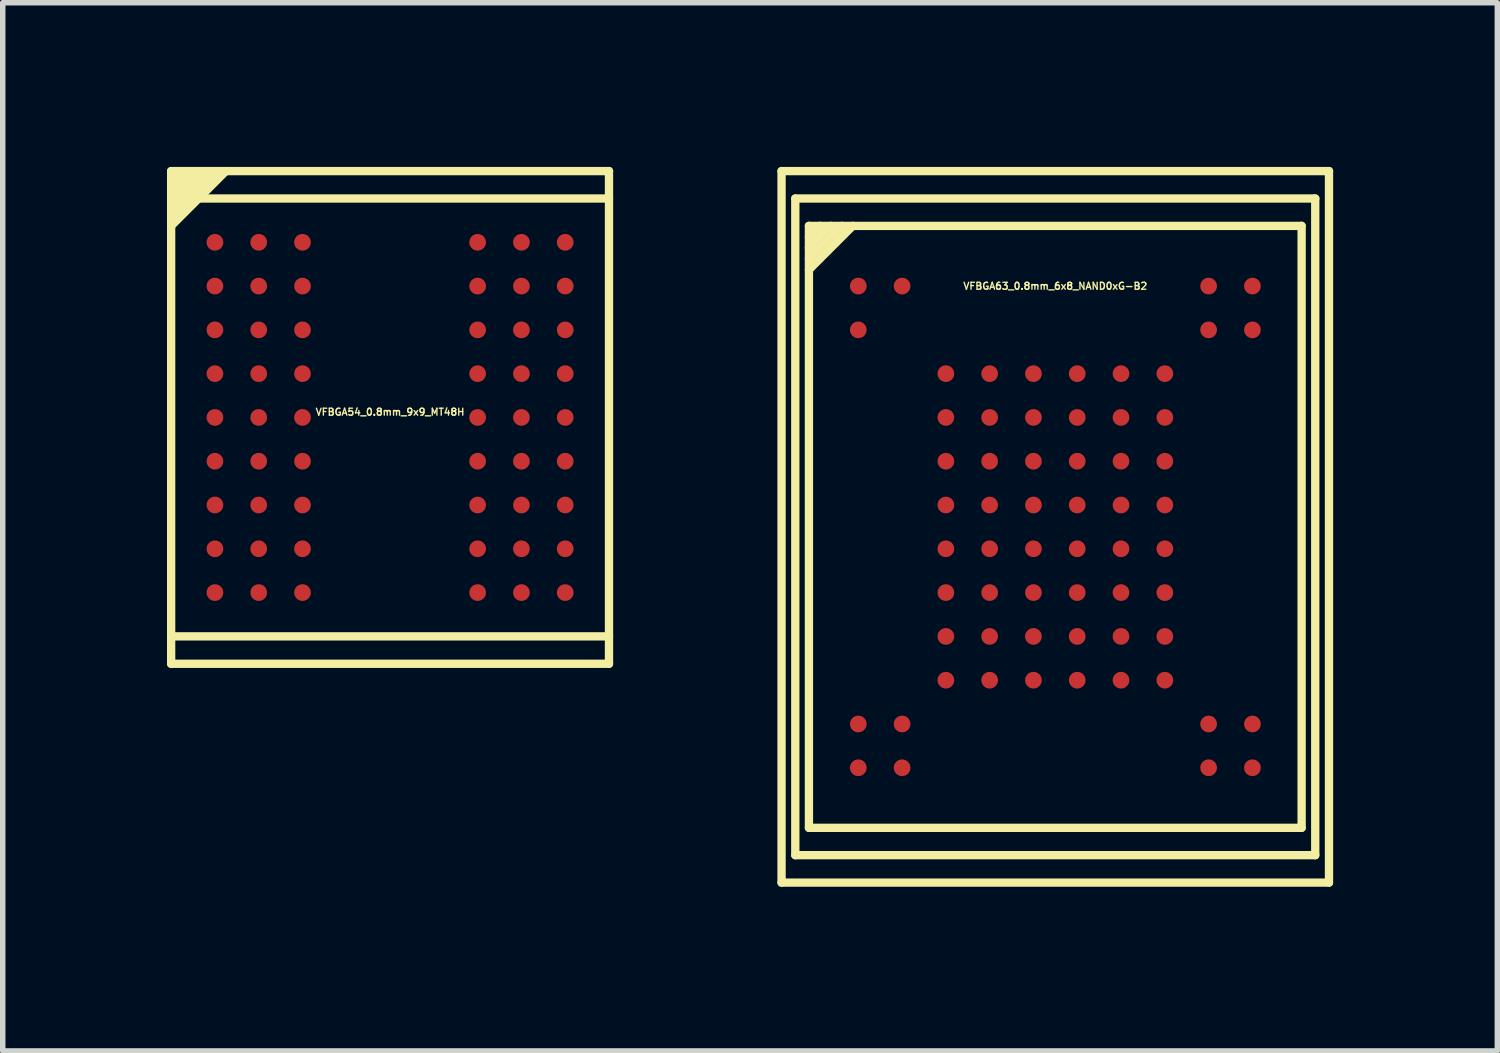
<source format=kicad_pcb>
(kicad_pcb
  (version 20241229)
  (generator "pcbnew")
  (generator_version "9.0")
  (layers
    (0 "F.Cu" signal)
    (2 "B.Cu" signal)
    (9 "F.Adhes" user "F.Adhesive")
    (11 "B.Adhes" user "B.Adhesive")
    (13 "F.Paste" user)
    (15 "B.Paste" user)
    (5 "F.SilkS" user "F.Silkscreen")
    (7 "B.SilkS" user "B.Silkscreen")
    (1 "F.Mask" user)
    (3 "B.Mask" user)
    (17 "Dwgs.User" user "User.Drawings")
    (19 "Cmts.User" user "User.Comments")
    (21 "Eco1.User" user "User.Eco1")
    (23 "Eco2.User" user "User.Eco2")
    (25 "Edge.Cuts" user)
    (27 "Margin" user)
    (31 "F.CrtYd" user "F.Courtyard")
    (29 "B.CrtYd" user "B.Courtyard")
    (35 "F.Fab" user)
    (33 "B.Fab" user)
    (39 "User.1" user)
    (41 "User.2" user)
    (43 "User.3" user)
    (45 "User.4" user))
  (footprint "VFBGA54_0.8mm_9x9_MT48H"
    (layer "F.Cu")
    (at 4.077 4.577)
    (property "Reference" "VFBGA54_0.8mm_9x9_MT48H" (at 0 -0.099 0) (layer "F.SilkS") (effects (font (size 0.127 0.127) (thickness 0.025))))
    (attr smd)
    (fp_line (start -4 -4.501) (end -4 4.501) (stroke (width 0.152) (type solid)) (layer "F.SilkS"))
    (fp_line (start -4 4) (end 4 4) (stroke (width 0.152) (type solid)) (layer "F.SilkS"))
    (fp_line (start -4 4.501) (end 4 4.501) (stroke (width 0.152) (type solid)) (layer "F.SilkS"))
    (fp_line (start -3.8 -4.501) (end -4 -4.3) (stroke (width 0.152) (type solid)) (layer "F.SilkS"))
    (fp_line (start -3.599 -4.501) (end -4 -4.1) (stroke (width 0.152) (type solid)) (layer "F.SilkS"))
    (fp_line (start -3.401 -4.501) (end -4 -3.899) (stroke (width 0.152) (type solid)) (layer "F.SilkS"))
    (fp_line (start -3.2 -4.501) (end -4 -3.701) (stroke (width 0.152) (type solid)) (layer "F.SilkS"))
    (fp_line (start -3 -4.501) (end -4 -3.5) (stroke (width 0.152) (type solid)) (layer "F.SilkS"))
    (fp_line (start 4 -4.501) (end -4 -4.501) (stroke (width 0.152) (type solid)) (layer "F.SilkS"))
    (fp_line (start 4 -4) (end -4 -4) (stroke (width 0.152) (type solid)) (layer "F.SilkS"))
    (fp_line (start 4 4.501) (end 4 -4.501) (stroke (width 0.152) (type solid)) (layer "F.SilkS"))
    (pad "A1" smd circle (at -3.2 -3.2) (size 0.305 0.305) (layers "F.Cu" "F.Mask" "F.Paste"))
    (pad "A2" smd circle (at -2.4 -3.2) (size 0.305 0.305) (layers "F.Cu" "F.Mask" "F.Paste"))
    (pad "A3" smd circle (at -1.6 -3.2) (size 0.305 0.305) (layers "F.Cu" "F.Mask" "F.Paste"))
    (pad "A7" smd circle (at 1.6 -3.2) (size 0.305 0.305) (layers "F.Cu" "F.Mask" "F.Paste"))
    (pad "A8" smd circle (at 2.4 -3.2) (size 0.305 0.305) (layers "F.Cu" "F.Mask" "F.Paste"))
    (pad "A9" smd circle (at 3.2 -3.2) (size 0.305 0.305) (layers "F.Cu" "F.Mask" "F.Paste"))
    (pad "B1" smd circle (at -3.2 -2.4) (size 0.305 0.305) (layers "F.Cu" "F.Mask" "F.Paste"))
    (pad "B2" smd circle (at -2.4 -2.4) (size 0.305 0.305) (layers "F.Cu" "F.Mask" "F.Paste"))
    (pad "B3" smd circle (at -1.6 -2.4) (size 0.305 0.305) (layers "F.Cu" "F.Mask" "F.Paste"))
    (pad "B7" smd circle (at 1.6 -2.4) (size 0.305 0.305) (layers "F.Cu" "F.Mask" "F.Paste"))
    (pad "B8" smd circle (at 2.4 -2.4) (size 0.305 0.305) (layers "F.Cu" "F.Mask" "F.Paste"))
    (pad "B9" smd circle (at 3.2 -2.4) (size 0.305 0.305) (layers "F.Cu" "F.Mask" "F.Paste"))
    (pad "C1" smd circle (at -3.2 -1.6) (size 0.305 0.305) (layers "F.Cu" "F.Mask" "F.Paste"))
    (pad "C2" smd circle (at -2.4 -1.6) (size 0.305 0.305) (layers "F.Cu" "F.Mask" "F.Paste"))
    (pad "C3" smd circle (at -1.6 -1.6) (size 0.305 0.305) (layers "F.Cu" "F.Mask" "F.Paste"))
    (pad "C7" smd circle (at 1.6 -1.6) (size 0.305 0.305) (layers "F.Cu" "F.Mask" "F.Paste"))
    (pad "C8" smd circle (at 2.4 -1.6) (size 0.305 0.305) (layers "F.Cu" "F.Mask" "F.Paste"))
    (pad "C9" smd circle (at 3.2 -1.6) (size 0.305 0.305) (layers "F.Cu" "F.Mask" "F.Paste"))
    (pad "D1" smd circle (at -3.2 -0.8) (size 0.305 0.305) (layers "F.Cu" "F.Mask" "F.Paste"))
    (pad "D2" smd circle (at -2.4 -0.8) (size 0.305 0.305) (layers "F.Cu" "F.Mask" "F.Paste"))
    (pad "D3" smd circle (at -1.6 -0.8) (size 0.305 0.305) (layers "F.Cu" "F.Mask" "F.Paste"))
    (pad "D7" smd circle (at 1.6 -0.8) (size 0.305 0.305) (layers "F.Cu" "F.Mask" "F.Paste"))
    (pad "D8" smd circle (at 2.4 -0.8) (size 0.305 0.305) (layers "F.Cu" "F.Mask" "F.Paste"))
    (pad "D9" smd circle (at 3.2 -0.8) (size 0.305 0.305) (layers "F.Cu" "F.Mask" "F.Paste"))
    (pad "E1" smd circle (at -3.2 0) (size 0.305 0.305) (layers "F.Cu" "F.Mask" "F.Paste"))
    (pad "E2" smd circle (at -2.4 0) (size 0.305 0.305) (layers "F.Cu" "F.Mask" "F.Paste"))
    (pad "E3" smd circle (at -1.6 0) (size 0.305 0.305) (layers "F.Cu" "F.Mask" "F.Paste"))
    (pad "E7" smd circle (at 1.6 0) (size 0.305 0.305) (layers "F.Cu" "F.Mask" "F.Paste"))
    (pad "E8" smd circle (at 2.4 0) (size 0.305 0.305) (layers "F.Cu" "F.Mask" "F.Paste"))
    (pad "E9" smd circle (at 3.2 0) (size 0.305 0.305) (layers "F.Cu" "F.Mask" "F.Paste"))
    (pad "F1" smd circle (at -3.2 0.8) (size 0.305 0.305) (layers "F.Cu" "F.Mask" "F.Paste"))
    (pad "F2" smd circle (at -2.4 0.8) (size 0.305 0.305) (layers "F.Cu" "F.Mask" "F.Paste"))
    (pad "F3" smd circle (at -1.6 0.8) (size 0.305 0.305) (layers "F.Cu" "F.Mask" "F.Paste"))
    (pad "F7" smd circle (at 1.6 0.8) (size 0.305 0.305) (layers "F.Cu" "F.Mask" "F.Paste"))
    (pad "F8" smd circle (at 2.4 0.8) (size 0.305 0.305) (layers "F.Cu" "F.Mask" "F.Paste"))
    (pad "F9" smd circle (at 3.2 0.8) (size 0.305 0.305) (layers "F.Cu" "F.Mask" "F.Paste"))
    (pad "G1" smd circle (at -3.2 1.6) (size 0.305 0.305) (layers "F.Cu" "F.Mask" "F.Paste"))
    (pad "G2" smd circle (at -2.4 1.6) (size 0.305 0.305) (layers "F.Cu" "F.Mask" "F.Paste"))
    (pad "G3" smd circle (at -1.6 1.6) (size 0.305 0.305) (layers "F.Cu" "F.Mask" "F.Paste"))
    (pad "G7" smd circle (at 1.6 1.6) (size 0.305 0.305) (layers "F.Cu" "F.Mask" "F.Paste"))
    (pad "G8" smd circle (at 2.4 1.6) (size 0.305 0.305) (layers "F.Cu" "F.Mask" "F.Paste"))
    (pad "G9" smd circle (at 3.2 1.6) (size 0.305 0.305) (layers "F.Cu" "F.Mask" "F.Paste"))
    (pad "H1" smd circle (at -3.2 2.4) (size 0.305 0.305) (layers "F.Cu" "F.Mask" "F.Paste"))
    (pad "H2" smd circle (at -2.4 2.4) (size 0.305 0.305) (layers "F.Cu" "F.Mask" "F.Paste"))
    (pad "H3" smd circle (at -1.6 2.4) (size 0.305 0.305) (layers "F.Cu" "F.Mask" "F.Paste"))
    (pad "H7" smd circle (at 1.6 2.4) (size 0.305 0.305) (layers "F.Cu" "F.Mask" "F.Paste"))
    (pad "H8" smd circle (at 2.4 2.4) (size 0.305 0.305) (layers "F.Cu" "F.Mask" "F.Paste"))
    (pad "H9" smd circle (at 3.2 2.4) (size 0.305 0.305) (layers "F.Cu" "F.Mask" "F.Paste"))
    (pad "J1" smd circle (at -3.2 3.2) (size 0.305 0.305) (layers "F.Cu" "F.Mask" "F.Paste"))
    (pad "J2" smd circle (at -2.4 3.2) (size 0.305 0.305) (layers "F.Cu" "F.Mask" "F.Paste"))
    (pad "J3" smd circle (at -1.6 3.2) (size 0.305 0.305) (layers "F.Cu" "F.Mask" "F.Paste"))
    (pad "J7" smd circle (at 1.6 3.2) (size 0.305 0.305) (layers "F.Cu" "F.Mask" "F.Paste"))
    (pad "J8" smd circle (at 2.4 3.2) (size 0.305 0.305) (layers "F.Cu" "F.Mask" "F.Paste"))
    (pad "J9" smd circle (at 3.2 3.2) (size 0.305 0.305) (layers "F.Cu" "F.Mask" "F.Paste")))
  (footprint "VFBGA63_0.8mm_6x8_NAND0xG-B2"
    (layer "F.Cu")
    (at 16.231 6.576)
    (property "Reference" "VFBGA63_0.8mm_6x8_NAND0xG-B2" (at 0 -4.399 0) (layer "F.SilkS") (effects (font (size 0.127 0.127) (thickness 0.025))))
    (attr smd)
    (fp_line (start -5.001 -6.5) (end 5.001 -6.5) (stroke (width 0.152) (type solid)) (layer "F.SilkS"))
    (fp_line (start -5.001 6.5) (end -5.001 -6.5) (stroke (width 0.152) (type solid)) (layer "F.SilkS"))
    (fp_line (start -4.75 -5.999) (end -4.75 5.999) (stroke (width 0.152) (type solid)) (layer "F.SilkS"))
    (fp_line (start -4.75 5.999) (end 4.75 5.999) (stroke (width 0.152) (type solid)) (layer "F.SilkS"))
    (fp_line (start -4.501 -5.499) (end -4.501 5.499) (stroke (width 0.152) (type solid)) (layer "F.SilkS"))
    (fp_line (start -4.501 -5.1) (end -4.1 -5.499) (stroke (width 0.152) (type solid)) (layer "F.SilkS"))
    (fp_line (start -4.501 5.499) (end 4.501 5.499) (stroke (width 0.152) (type solid)) (layer "F.SilkS"))
    (fp_line (start -4.3 -5.499) (end -4.501 -5.301) (stroke (width 0.152) (type solid)) (layer "F.SilkS"))
    (fp_line (start -3.899 -5.499) (end -4.501 -4.9) (stroke (width 0.152) (type solid)) (layer "F.SilkS"))
    (fp_line (start -3.701 -5.499) (end -4.501 -4.699) (stroke (width 0.152) (type solid)) (layer "F.SilkS"))
    (fp_line (start 4.501 -5.499) (end -4.501 -5.499) (stroke (width 0.152) (type solid)) (layer "F.SilkS"))
    (fp_line (start 4.501 5.499) (end 4.501 -5.499) (stroke (width 0.152) (type solid)) (layer "F.SilkS"))
    (fp_line (start 4.75 -5.999) (end -4.75 -5.999) (stroke (width 0.152) (type solid)) (layer "F.SilkS"))
    (fp_line (start 4.75 5.999) (end 4.75 -5.999) (stroke (width 0.152) (type solid)) (layer "F.SilkS"))
    (fp_line (start 5.001 -6.5) (end 5.001 6.5) (stroke (width 0.152) (type solid)) (layer "F.SilkS"))
    (fp_line (start 5.001 6.5) (end -5.001 6.5) (stroke (width 0.152) (type solid)) (layer "F.SilkS"))
    (pad "A1" smd circle (at -1.999 -2.799) (size 0.305 0.305) (layers "F.Cu" "F.Mask" "F.Paste"))
    (pad "A2" smd circle (at -1.199 -2.799) (size 0.305 0.305) (layers "F.Cu" "F.Mask" "F.Paste"))
    (pad "A3" smd circle (at -0.399 -2.799) (size 0.305 0.305) (layers "F.Cu" "F.Mask" "F.Paste"))
    (pad "A4" smd circle (at 0.401 -2.799) (size 0.305 0.305) (layers "F.Cu" "F.Mask" "F.Paste"))
    (pad "A5" smd circle (at 1.201 -2.799) (size 0.305 0.305) (layers "F.Cu" "F.Mask" "F.Paste"))
    (pad "A6" smd circle (at 2.002 -2.799) (size 0.305 0.305) (layers "F.Cu" "F.Mask" "F.Paste"))
    (pad "B2" smd circle (at -1.199 -1.999) (size 0.305 0.305) (layers "F.Cu" "F.Mask" "F.Paste"))
    (pad "B3" smd circle (at -0.399 -1.999) (size 0.305 0.305) (layers "F.Cu" "F.Mask" "F.Paste"))
    (pad "F2" smd circle (at -1.199 1.201) (size 0.305 0.305) (layers "F.Cu" "F.Mask" "F.Paste"))
    (pad "F6" smd circle (at 2.002 1.201) (size 0.305 0.305) (layers "F.Cu" "F.Mask" "F.Paste"))
    (pad "G2" smd circle (at -1.199 2.002) (size 0.305 0.305) (layers "F.Cu" "F.Mask" "F.Paste"))
    (pad "G4" smd circle (at 0.401 2.002) (size 0.305 0.305) (layers "F.Cu" "F.Mask" "F.Paste"))
    (pad "G5" smd circle (at 1.201 2.002) (size 0.305 0.305) (layers "F.Cu" "F.Mask" "F.Paste"))
    (pad "G6" smd circle (at 2.002 2.002) (size 0.305 0.305) (layers "F.Cu" "F.Mask" "F.Paste"))
    (pad "H1" smd circle (at -1.999 2.802) (size 0.305 0.305) (layers "F.Cu" "F.Mask" "F.Paste"))
    (pad "H2" smd circle (at -1.199 2.802) (size 0.305 0.305) (layers "F.Cu" "F.Mask" "F.Paste"))
    (pad "H3" smd circle (at -0.399 2.802) (size 0.305 0.305) (layers "F.Cu" "F.Mask" "F.Paste"))
    (pad "H4" smd circle (at 0.401 2.802) (size 0.305 0.305) (layers "F.Cu" "F.Mask" "F.Paste"))
    (pad "H5" smd circle (at 1.201 2.802) (size 0.305 0.305) (layers "F.Cu" "F.Mask" "F.Paste"))
    (pad "H6" smd circle (at 2.002 2.802) (size 0.305 0.305) (layers "F.Cu" "F.Mask" "F.Paste"))
    (pad "NC" smd circle (at -3.599 -4.399) (size 0.305 0.305) (layers "F.Cu" "F.Mask" "F.Paste"))
    (pad "NC" smd circle (at -3.599 -3.599) (size 0.305 0.305) (layers "F.Cu" "F.Mask" "F.Paste"))
    (pad "NC" smd circle (at -3.599 3.602) (size 0.305 0.305) (layers "F.Cu" "F.Mask" "F.Paste"))
    (pad "NC" smd circle (at -3.599 4.402) (size 0.305 0.305) (layers "F.Cu" "F.Mask" "F.Paste"))
    (pad "NC" smd circle (at -2.799 -4.399) (size 0.305 0.305) (layers "F.Cu" "F.Mask" "F.Paste"))
    (pad "NC" smd circle (at -2.799 3.602) (size 0.305 0.305) (layers "F.Cu" "F.Mask" "F.Paste"))
    (pad "NC" smd circle (at -2.799 4.402) (size 0.305 0.305) (layers "F.Cu" "F.Mask" "F.Paste"))
    (pad "NC" smd circle (at -1.999 -1.999) (size 0.305 0.305) (layers "F.Cu" "F.Mask" "F.Paste"))
    (pad "NC" smd circle (at -1.999 -1.199) (size 0.305 0.305) (layers "F.Cu" "F.Mask" "F.Paste"))
    (pad "NC" smd circle (at -1.999 -0.399) (size 0.305 0.305) (layers "F.Cu" "F.Mask" "F.Paste"))
    (pad "NC" smd circle (at -1.999 0.401) (size 0.305 0.305) (layers "F.Cu" "F.Mask" "F.Paste"))
    (pad "NC" smd circle (at -1.999 1.201) (size 0.305 0.305) (layers "F.Cu" "F.Mask" "F.Paste"))
    (pad "NC" smd circle (at -1.999 2.002) (size 0.305 0.305) (layers "F.Cu" "F.Mask" "F.Paste"))
    (pad "NC" smd circle (at -1.199 -1.199) (size 0.305 0.305) (layers "F.Cu" "F.Mask" "F.Paste"))
    (pad "NC" smd circle (at -1.199 -0.399) (size 0.305 0.305) (layers "F.Cu" "F.Mask" "F.Paste"))
    (pad "NC" smd circle (at -1.199 0.401) (size 0.305 0.305) (layers "F.Cu" "F.Mask" "F.Paste"))
    (pad "NC" smd circle (at -0.399 -1.199) (size 0.305 0.305) (layers "F.Cu" "F.Mask" "F.Paste"))
    (pad "NC" smd circle (at -0.399 -0.399) (size 0.305 0.305) (layers "F.Cu" "F.Mask" "F.Paste"))
    (pad "NC" smd circle (at -0.399 0.401) (size 0.305 0.305) (layers "F.Cu" "F.Mask" "F.Paste"))
    (pad "NC" smd circle (at -0.399 1.201) (size 0.305 0.305) (layers "F.Cu" "F.Mask" "F.Paste"))
    (pad "NC" smd circle (at -0.399 2.002) (size 0.305 0.305) (layers "F.Cu" "F.Mask" "F.Paste"))
    (pad "NC" smd circle (at 0.401 -1.999) (size 0.305 0.305) (layers "F.Cu" "F.Mask" "F.Paste"))
    (pad "NC" smd circle (at 0.401 -1.199) (size 0.305 0.305) (layers "F.Cu" "F.Mask" "F.Paste"))
    (pad "NC" smd circle (at 0.401 -0.399) (size 0.305 0.305) (layers "F.Cu" "F.Mask" "F.Paste"))
    (pad "NC" smd circle (at 0.401 0.401) (size 0.305 0.305) (layers "F.Cu" "F.Mask" "F.Paste"))
    (pad "NC" smd circle (at 0.401 1.201) (size 0.305 0.305) (layers "F.Cu" "F.Mask" "F.Paste"))
    (pad "NC" smd circle (at 1.201 -1.999) (size 0.305 0.305) (layers "F.Cu" "F.Mask" "F.Paste"))
    (pad "NC" smd circle (at 1.201 -1.199) (size 0.305 0.305) (layers "F.Cu" "F.Mask" "F.Paste"))
    (pad "NC" smd circle (at 1.201 -0.399) (size 0.305 0.305) (layers "F.Cu" "F.Mask" "F.Paste"))
    (pad "NC" smd circle (at 1.201 0.401) (size 0.305 0.305) (layers "F.Cu" "F.Mask" "F.Paste"))
    (pad "NC" smd circle (at 1.201 1.201) (size 0.305 0.305) (layers "F.Cu" "F.Mask" "F.Paste"))
    (pad "NC" smd circle (at 2.002 -1.999) (size 0.305 0.305) (layers "F.Cu" "F.Mask" "F.Paste"))
    (pad "NC" smd circle (at 2.002 -1.199) (size 0.305 0.305) (layers "F.Cu" "F.Mask" "F.Paste"))
    (pad "NC" smd circle (at 2.002 -0.399) (size 0.305 0.305) (layers "F.Cu" "F.Mask" "F.Paste"))
    (pad "NC" smd circle (at 2.002 0.401) (size 0.305 0.305) (layers "F.Cu" "F.Mask" "F.Paste"))
    (pad "NC" smd circle (at 2.802 -4.399) (size 0.305 0.305) (layers "F.Cu" "F.Mask" "F.Paste"))
    (pad "NC" smd circle (at 2.802 -3.599) (size 0.305 0.305) (layers "F.Cu" "F.Mask" "F.Paste"))
    (pad "NC" smd circle (at 2.802 3.602) (size 0.305 0.305) (layers "F.Cu" "F.Mask" "F.Paste"))
    (pad "NC" smd circle (at 2.802 4.402) (size 0.305 0.305) (layers "F.Cu" "F.Mask" "F.Paste"))
    (pad "NC" smd circle (at 3.602 -4.399) (size 0.305 0.305) (layers "F.Cu" "F.Mask" "F.Paste"))
    (pad "NC" smd circle (at 3.602 -3.599) (size 0.305 0.305) (layers "F.Cu" "F.Mask" "F.Paste"))
    (pad "NC" smd circle (at 3.602 3.602) (size 0.305 0.305) (layers "F.Cu" "F.Mask" "F.Paste"))
    (pad "NC" smd circle (at 3.602 4.402) (size 0.305 0.305) (layers "F.Cu" "F.Mask" "F.Paste")))
  (gr_rect
    (start -3 -3)
    (end 24.308 16.152)
    (stroke (width 0.1) (type default))
    (fill no)
    (layer "Edge.Cuts")))
</source>
